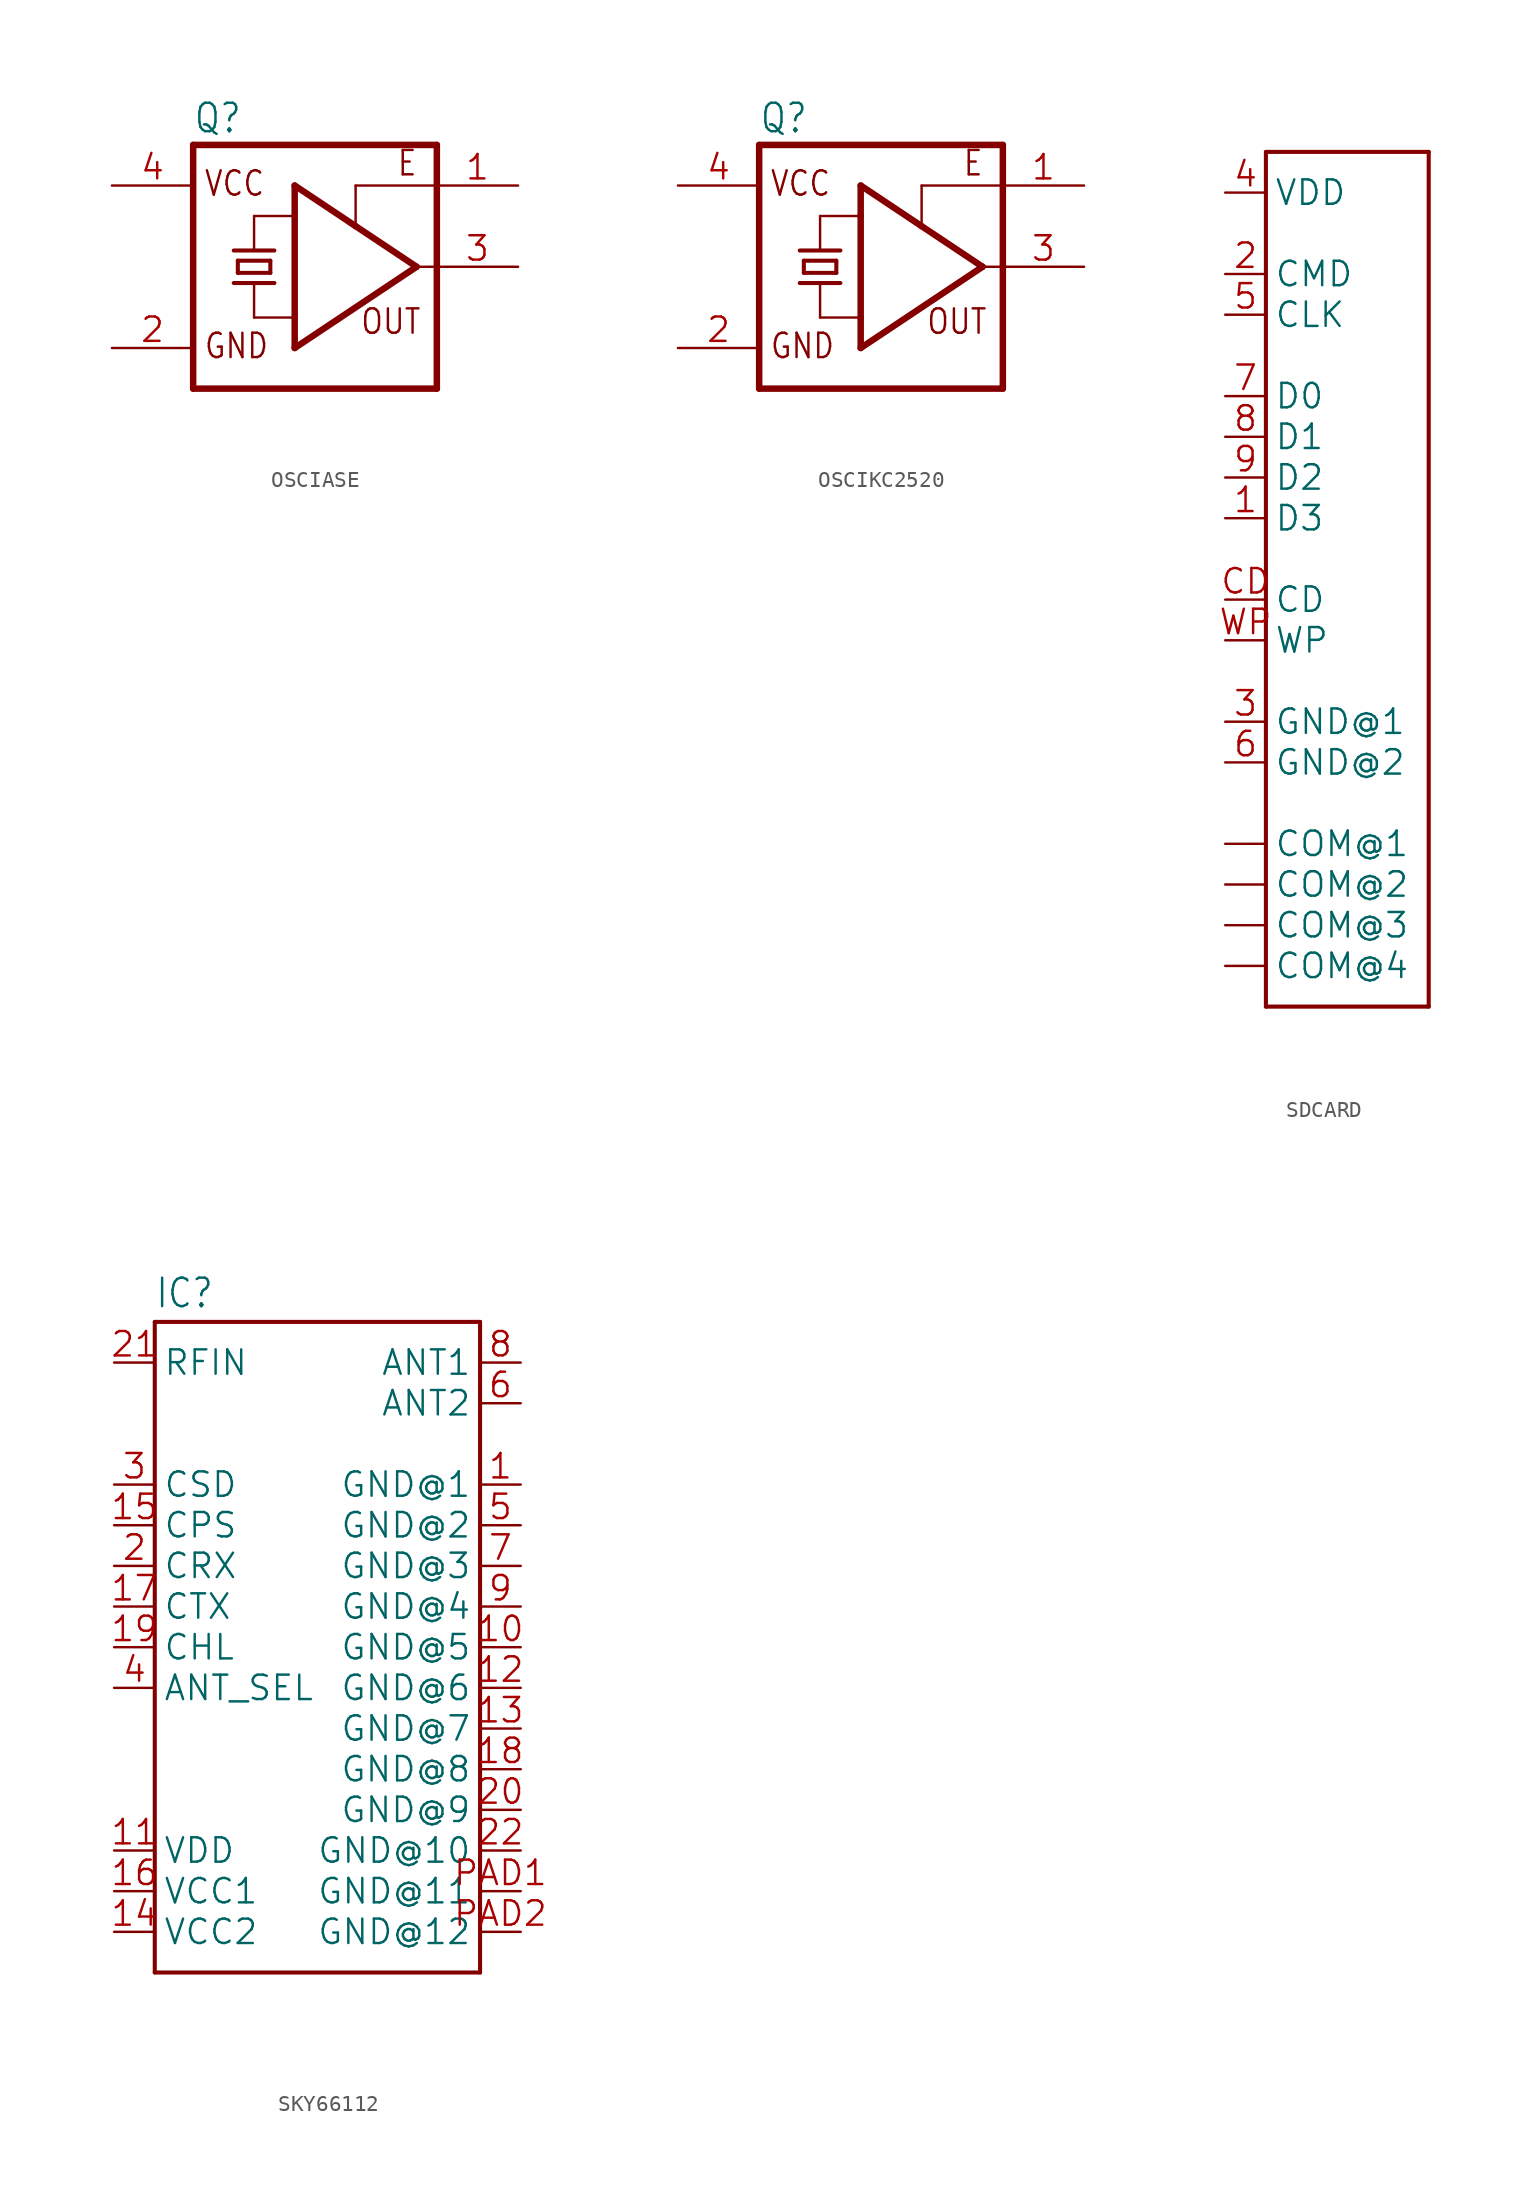
<source format=kicad_sym>
(kicad_symbol_lib
  (version 20241209)
  (generator "kicad_symbol_editor")
  (generator_version "9.0")
  (symbol "OSCIASE"
    (property "Reference" "Q"
      (at -7.62 8.255 0)
      (effects (font (size 1.778 1.511)) (justify left bottom)))
    (property "Value" ""
      (at -7.62 -10.16 0)
      (effects (font (size 1.778 1.511)) (justify left bottom)))
    (property "ki_locked" ""
      (at 0 0 0)
      (effects (font (size 1.27 1.27))))
    (symbol "OSCIASE_1_0"
      (polyline (pts (xy -7.62 7.62) (xy -7.62 -7.62)) (stroke (width 0.406) (type solid)) (fill (type none)))
      (polyline (pts (xy -7.62 7.62) (xy 7.62 7.62)) (stroke (width 0.406) (type solid)) (fill (type none)))
      (polyline (pts (xy -5.08 1.016) (xy -2.54 1.016)) (stroke (width 0.254) (type solid)) (fill (type none)))
      (polyline (pts (xy -5.08 -1.016) (xy -3.81 -1.016)) (stroke (width 0.254) (type solid)) (fill (type none)))
      (polyline (pts (xy -4.826 0.381) (xy -2.794 0.381)) (stroke (width 0.254) (type solid)) (fill (type none)))
      (polyline (pts (xy -4.826 -0.381) (xy -4.826 0.381)) (stroke (width 0.254) (type solid)) (fill (type none)))
      (polyline (pts (xy -4.826 -0.381) (xy -2.794 -0.381)) (stroke (width 0.254) (type solid)) (fill (type none)))
      (polyline (pts (xy -3.81 3.175) (xy -1.27 3.175)) (stroke (width 0.152) (type solid)) (fill (type none)))
      (polyline (pts (xy -3.81 1.016) (xy -3.81 3.175)) (stroke (width 0.152) (type solid)) (fill (type none)))
      (polyline (pts (xy -3.81 -1.016) (xy -2.54 -1.016)) (stroke (width 0.254) (type solid)) (fill (type none)))
      (polyline (pts (xy -3.81 -3.175) (xy -3.81 -1.016)) (stroke (width 0.152) (type solid)) (fill (type none)))
      (polyline (pts (xy -3.81 -3.175) (xy -1.27 -3.175)) (stroke (width 0.152) (type solid)) (fill (type none)))
      (polyline (pts (xy -2.794 0.381) (xy -2.794 -0.381)) (stroke (width 0.254) (type solid)) (fill (type none)))
      (polyline (pts (xy -1.27 5.08) (xy 2.54 2.54)) (stroke (width 0.406) (type solid)) (fill (type none)))
      (polyline (pts (xy -1.27 3.175) (xy -1.27 5.08)) (stroke (width 0.406) (type solid)) (fill (type none)))
      (polyline (pts (xy -1.27 -3.175) (xy -1.27 3.175)) (stroke (width 0.406) (type solid)) (fill (type none)))
      (polyline (pts (xy -1.27 -5.08) (xy -1.27 -3.175)) (stroke (width 0.406) (type solid)) (fill (type none)))
      (polyline (pts (xy 2.54 5.08) (xy 2.54 2.54)) (stroke (width 0.152) (type solid)) (fill (type none)))
      (polyline (pts (xy 2.54 2.54) (xy 6.35 0)) (stroke (width 0.406) (type solid)) (fill (type none)))
      (polyline (pts (xy 6.35 0) (xy -1.27 -5.08)) (stroke (width 0.406) (type solid)) (fill (type none)))
      (polyline (pts (xy 6.35 0) (xy 7.62 0)) (stroke (width 0.152) (type solid)) (fill (type none)))
      (polyline (pts (xy 7.62 5.08) (xy 2.54 5.08)) (stroke (width 0.152) (type solid)) (fill (type none)))
      (polyline (pts (xy 7.62 5.08) (xy 7.62 7.62)) (stroke (width 0.406) (type solid)) (fill (type none)))
      (polyline (pts (xy 7.62 0) (xy 7.62 5.08)) (stroke (width 0.406) (type solid)) (fill (type none)))
      (polyline (pts (xy 7.62 -7.62) (xy -7.62 -7.62)) (stroke (width 0.406) (type solid)) (fill (type none)))
      (polyline (pts (xy 7.62 -7.62) (xy 7.62 0)) (stroke (width 0.406) (type solid)) (fill (type none)))
      (text "VCC" (at -6.985 4.318 0) (effects (font (size 1.524 1.295)) (justify left bottom)))
      (text "GND" (at -6.985 -5.842 0) (effects (font (size 1.524 1.295)) (justify left bottom)))
      (text "OUT" (at 2.794 -4.318 0) (effects (font (size 1.524 1.295)) (justify left bottom)))
      (text "E" (at 5.08 5.588 0) (effects (font (size 1.524 1.295)) (justify left bottom)))
      (pin power_in line (at -12.7 5.08 0) (length 5.08) (name "VCC" (effects (font (size 0 0)))) (number "4" (effects (font (size 1.524 1.524)))))
      (pin power_in line (at -12.7 -5.08 0) (length 5.08) (name "GND" (effects (font (size 0 0)))) (number "2" (effects (font (size 1.524 1.524)))))
      (pin input line (at 12.7 5.08 180) (length 5.08) (name "OE" (effects (font (size 0 0)))) (number "1" (effects (font (size 1.524 1.524)))))
      (pin output line (at 12.7 0 180) (length 5.08) (name "FO" (effects (font (size 0 0)))) (number "3" (effects (font (size 1.524 1.524)))))))
  (symbol "OSCIKC2520"
    (property "Reference" "Q"
      (at -7.62 8.255 0)
      (effects (font (size 1.778 1.511)) (justify left bottom)))
    (property "Value" ""
      (at -7.62 -10.16 0)
      (effects (font (size 1.778 1.511)) (justify left bottom)))
    (property "ki_locked" ""
      (at 0 0 0)
      (effects (font (size 1.27 1.27))))
    (symbol "OSCIKC2520_1_0"
      (polyline (pts (xy -7.62 7.62) (xy -7.62 -7.62)) (stroke (width 0.406) (type solid)) (fill (type none)))
      (polyline (pts (xy -7.62 7.62) (xy 7.62 7.62)) (stroke (width 0.406) (type solid)) (fill (type none)))
      (polyline (pts (xy -5.08 1.016) (xy -2.54 1.016)) (stroke (width 0.254) (type solid)) (fill (type none)))
      (polyline (pts (xy -5.08 -1.016) (xy -3.81 -1.016)) (stroke (width 0.254) (type solid)) (fill (type none)))
      (polyline (pts (xy -4.826 0.381) (xy -2.794 0.381)) (stroke (width 0.254) (type solid)) (fill (type none)))
      (polyline (pts (xy -4.826 -0.381) (xy -4.826 0.381)) (stroke (width 0.254) (type solid)) (fill (type none)))
      (polyline (pts (xy -4.826 -0.381) (xy -2.794 -0.381)) (stroke (width 0.254) (type solid)) (fill (type none)))
      (polyline (pts (xy -3.81 3.175) (xy -1.27 3.175)) (stroke (width 0.152) (type solid)) (fill (type none)))
      (polyline (pts (xy -3.81 1.016) (xy -3.81 3.175)) (stroke (width 0.152) (type solid)) (fill (type none)))
      (polyline (pts (xy -3.81 -1.016) (xy -2.54 -1.016)) (stroke (width 0.254) (type solid)) (fill (type none)))
      (polyline (pts (xy -3.81 -3.175) (xy -3.81 -1.016)) (stroke (width 0.152) (type solid)) (fill (type none)))
      (polyline (pts (xy -3.81 -3.175) (xy -1.27 -3.175)) (stroke (width 0.152) (type solid)) (fill (type none)))
      (polyline (pts (xy -2.794 0.381) (xy -2.794 -0.381)) (stroke (width 0.254) (type solid)) (fill (type none)))
      (polyline (pts (xy -1.27 5.08) (xy 2.54 2.54)) (stroke (width 0.406) (type solid)) (fill (type none)))
      (polyline (pts (xy -1.27 3.175) (xy -1.27 5.08)) (stroke (width 0.406) (type solid)) (fill (type none)))
      (polyline (pts (xy -1.27 -3.175) (xy -1.27 3.175)) (stroke (width 0.406) (type solid)) (fill (type none)))
      (polyline (pts (xy -1.27 -5.08) (xy -1.27 -3.175)) (stroke (width 0.406) (type solid)) (fill (type none)))
      (polyline (pts (xy 2.54 5.08) (xy 2.54 2.54)) (stroke (width 0.152) (type solid)) (fill (type none)))
      (polyline (pts (xy 2.54 2.54) (xy 6.35 0)) (stroke (width 0.406) (type solid)) (fill (type none)))
      (polyline (pts (xy 6.35 0) (xy -1.27 -5.08)) (stroke (width 0.406) (type solid)) (fill (type none)))
      (polyline (pts (xy 6.35 0) (xy 7.62 0)) (stroke (width 0.152) (type solid)) (fill (type none)))
      (polyline (pts (xy 7.62 5.08) (xy 2.54 5.08)) (stroke (width 0.152) (type solid)) (fill (type none)))
      (polyline (pts (xy 7.62 5.08) (xy 7.62 7.62)) (stroke (width 0.406) (type solid)) (fill (type none)))
      (polyline (pts (xy 7.62 0) (xy 7.62 5.08)) (stroke (width 0.406) (type solid)) (fill (type none)))
      (polyline (pts (xy 7.62 -7.62) (xy -7.62 -7.62)) (stroke (width 0.406) (type solid)) (fill (type none)))
      (polyline (pts (xy 7.62 -7.62) (xy 7.62 0)) (stroke (width 0.406) (type solid)) (fill (type none)))
      (text "VCC" (at -6.985 4.318 0) (effects (font (size 1.524 1.295)) (justify left bottom)))
      (text "GND" (at -6.985 -5.842 0) (effects (font (size 1.524 1.295)) (justify left bottom)))
      (text "OUT" (at 2.794 -4.318 0) (effects (font (size 1.524 1.295)) (justify left bottom)))
      (text "E" (at 5.08 5.588 0) (effects (font (size 1.524 1.295)) (justify left bottom)))
      (pin power_in line (at -12.7 5.08 0) (length 5.08) (name "VCC" (effects (font (size 0 0)))) (number "4" (effects (font (size 1.524 1.524)))))
      (pin power_in line (at -12.7 -5.08 0) (length 5.08) (name "GND" (effects (font (size 0 0)))) (number "2" (effects (font (size 1.524 1.524)))))
      (pin input line (at 12.7 5.08 180) (length 5.08) (name "OE" (effects (font (size 0 0)))) (number "1" (effects (font (size 1.524 1.524)))))
      (pin output line (at 12.7 0 180) (length 5.08) (name "FO" (effects (font (size 0 0)))) (number "3" (effects (font (size 1.524 1.524)))))))
  (symbol "SDCARD"
    (property "Reference" "X"
      (at -5.08 20.828 0)
      (effects (font (size 1.778 1.511)) (justify left bottom) (hide yes)))
    (property "ki_locked" ""
      (at 0 0 0)
      (effects (font (size 1.27 1.27))))
    (symbol "SDCARD_1_0"
      (polyline (pts (xy -5.08 20.32) (xy 5.08 20.32)) (stroke (width 0.254) (type solid)) (fill (type none)))
      (polyline (pts (xy -5.08 -33.02) (xy -5.08 20.32)) (stroke (width 0.254) (type solid)) (fill (type none)))
      (polyline (pts (xy 5.08 20.32) (xy 5.08 -33.02)) (stroke (width 0.254) (type solid)) (fill (type none)))
      (polyline (pts (xy 5.08 -33.02) (xy -5.08 -33.02)) (stroke (width 0.254) (type solid)) (fill (type none)))
      (pin bidirectional line (at -7.62 17.78 0) (length 2.54) (name "VDD" (effects (font (size 1.524 1.524)))) (number "4" (effects (font (size 1.524 1.524)))))
      (pin bidirectional line (at -7.62 12.7 0) (length 2.54) (name "CMD" (effects (font (size 1.524 1.524)))) (number "2" (effects (font (size 1.524 1.524)))))
      (pin bidirectional line (at -7.62 10.16 0) (length 2.54) (name "CLK" (effects (font (size 1.524 1.524)))) (number "5" (effects (font (size 1.524 1.524)))))
      (pin bidirectional line (at -7.62 5.08 0) (length 2.54) (name "D0" (effects (font (size 1.524 1.524)))) (number "7" (effects (font (size 1.524 1.524)))))
      (pin bidirectional line (at -7.62 2.54 0) (length 2.54) (name "D1" (effects (font (size 1.524 1.524)))) (number "8" (effects (font (size 1.524 1.524)))))
      (pin bidirectional line (at -7.62 0 0) (length 2.54) (name "D2" (effects (font (size 1.524 1.524)))) (number "9" (effects (font (size 1.524 1.524)))))
      (pin bidirectional line (at -7.62 -2.54 0) (length 2.54) (name "D3" (effects (font (size 1.524 1.524)))) (number "1" (effects (font (size 1.524 1.524)))))
      (pin bidirectional line (at -7.62 -7.62 0) (length 2.54) (name "CD" (effects (font (size 1.524 1.524)))) (number "CD" (effects (font (size 1.524 1.524)))))
      (pin bidirectional line (at -7.62 -10.16 0) (length 2.54) (name "WP" (effects (font (size 1.524 1.524)))) (number "WP" (effects (font (size 1.524 1.524)))))
      (pin bidirectional line (at -7.62 -15.24 0) (length 2.54) (name "GND@1" (effects (font (size 1.524 1.524)))) (number "3" (effects (font (size 1.524 1.524)))))
      (pin bidirectional line (at -7.62 -17.78 0) (length 2.54) (name "GND@2" (effects (font (size 1.524 1.524)))) (number "6" (effects (font (size 1.524 1.524)))))
      (pin bidirectional line (at -7.62 -22.86 0) (length 2.54) (name "COM@1" (effects (font (size 1.524 1.524)))) (number "COM1" (effects (font (size 0 0)))))
      (pin bidirectional line (at -7.62 -25.4 0) (length 2.54) (name "COM@2" (effects (font (size 1.524 1.524)))) (number "COM2" (effects (font (size 0 0)))))
      (pin bidirectional line (at -7.62 -27.94 0) (length 2.54) (name "COM@3" (effects (font (size 1.524 1.524)))) (number "COM3" (effects (font (size 0 0)))))
      (pin bidirectional line (at -7.62 -30.48 0) (length 2.54) (name "COM@4" (effects (font (size 1.524 1.524)))) (number "COM4" (effects (font (size 0 0)))))))
  (symbol "SKY66112"
    (property "Reference" "IC"
      (at -10.16 18.542 0)
      (effects (font (size 1.778 1.511)) (justify left bottom)))
    (property "Value" ""
      (at -10.16 -25.4 0)
      (effects (font (size 1.778 1.511)) (justify left bottom)))
    (property "ki_locked" ""
      (at 0 0 0)
      (effects (font (size 1.27 1.27))))
    (symbol "SKY66112_1_0"
      (polyline (pts (xy -10.16 17.78) (xy 10.16 17.78)) (stroke (width 0.254) (type solid)) (fill (type none)))
      (polyline (pts (xy -10.16 -22.86) (xy -10.16 17.78)) (stroke (width 0.254) (type solid)) (fill (type none)))
      (polyline (pts (xy 10.16 17.78) (xy 10.16 -22.86)) (stroke (width 0.254) (type solid)) (fill (type none)))
      (polyline (pts (xy 10.16 -22.86) (xy -10.16 -22.86)) (stroke (width 0.254) (type solid)) (fill (type none)))
      (pin bidirectional line (at -12.7 15.24 0) (length 2.54) (name "RFIN" (effects (font (size 1.524 1.524)))) (number "21" (effects (font (size 1.524 1.524)))))
      (pin bidirectional line (at -12.7 7.62 0) (length 2.54) (name "CSD" (effects (font (size 1.524 1.524)))) (number "3" (effects (font (size 1.524 1.524)))))
      (pin bidirectional line (at -12.7 5.08 0) (length 2.54) (name "CPS" (effects (font (size 1.524 1.524)))) (number "15" (effects (font (size 1.524 1.524)))))
      (pin bidirectional line (at -12.7 2.54 0) (length 2.54) (name "CRX" (effects (font (size 1.524 1.524)))) (number "2" (effects (font (size 1.524 1.524)))))
      (pin bidirectional line (at -12.7 0 0) (length 2.54) (name "CTX" (effects (font (size 1.524 1.524)))) (number "17" (effects (font (size 1.524 1.524)))))
      (pin bidirectional line (at -12.7 -2.54 0) (length 2.54) (name "CHL" (effects (font (size 1.524 1.524)))) (number "19" (effects (font (size 1.524 1.524)))))
      (pin bidirectional line (at -12.7 -5.08 0) (length 2.54) (name "ANT_SEL" (effects (font (size 1.524 1.524)))) (number "4" (effects (font (size 1.524 1.524)))))
      (pin bidirectional line (at -12.7 -15.24 0) (length 2.54) (name "VDD" (effects (font (size 1.524 1.524)))) (number "11" (effects (font (size 1.524 1.524)))))
      (pin bidirectional line (at -12.7 -17.78 0) (length 2.54) (name "VCC1" (effects (font (size 1.524 1.524)))) (number "16" (effects (font (size 1.524 1.524)))))
      (pin bidirectional line (at -12.7 -20.32 0) (length 2.54) (name "VCC2" (effects (font (size 1.524 1.524)))) (number "14" (effects (font (size 1.524 1.524)))))
      (pin bidirectional line (at 12.7 15.24 180) (length 2.54) (name "ANT1" (effects (font (size 1.524 1.524)))) (number "8" (effects (font (size 1.524 1.524)))))
      (pin bidirectional line (at 12.7 12.7 180) (length 2.54) (name "ANT2" (effects (font (size 1.524 1.524)))) (number "6" (effects (font (size 1.524 1.524)))))
      (pin bidirectional line (at 12.7 7.62 180) (length 2.54) (name "GND@1" (effects (font (size 1.524 1.524)))) (number "1" (effects (font (size 1.524 1.524)))))
      (pin bidirectional line (at 12.7 5.08 180) (length 2.54) (name "GND@2" (effects (font (size 1.524 1.524)))) (number "5" (effects (font (size 1.524 1.524)))))
      (pin bidirectional line (at 12.7 2.54 180) (length 2.54) (name "GND@3" (effects (font (size 1.524 1.524)))) (number "7" (effects (font (size 1.524 1.524)))))
      (pin bidirectional line (at 12.7 0 180) (length 2.54) (name "GND@4" (effects (font (size 1.524 1.524)))) (number "9" (effects (font (size 1.524 1.524)))))
      (pin bidirectional line (at 12.7 -2.54 180) (length 2.54) (name "GND@5" (effects (font (size 1.524 1.524)))) (number "10" (effects (font (size 1.524 1.524)))))
      (pin bidirectional line (at 12.7 -5.08 180) (length 2.54) (name "GND@6" (effects (font (size 1.524 1.524)))) (number "12" (effects (font (size 1.524 1.524)))))
      (pin bidirectional line (at 12.7 -7.62 180) (length 2.54) (name "GND@7" (effects (font (size 1.524 1.524)))) (number "13" (effects (font (size 1.524 1.524)))))
      (pin bidirectional line (at 12.7 -10.16 180) (length 2.54) (name "GND@8" (effects (font (size 1.524 1.524)))) (number "18" (effects (font (size 1.524 1.524)))))
      (pin bidirectional line (at 12.7 -12.7 180) (length 2.54) (name "GND@9" (effects (font (size 1.524 1.524)))) (number "20" (effects (font (size 1.524 1.524)))))
      (pin bidirectional line (at 12.7 -15.24 180) (length 2.54) (name "GND@10" (effects (font (size 1.524 1.524)))) (number "22" (effects (font (size 1.524 1.524)))))
      (pin bidirectional line (at 12.7 -17.78 180) (length 2.54) (name "GND@11" (effects (font (size 1.524 1.524)))) (number "PAD1" (effects (font (size 1.524 1.524)))))
      (pin bidirectional line (at 12.7 -20.32 180) (length 2.54) (name "GND@12" (effects (font (size 1.524 1.524)))) (number "PAD2" (effects (font (size 1.524 1.524))))))))
</source>
